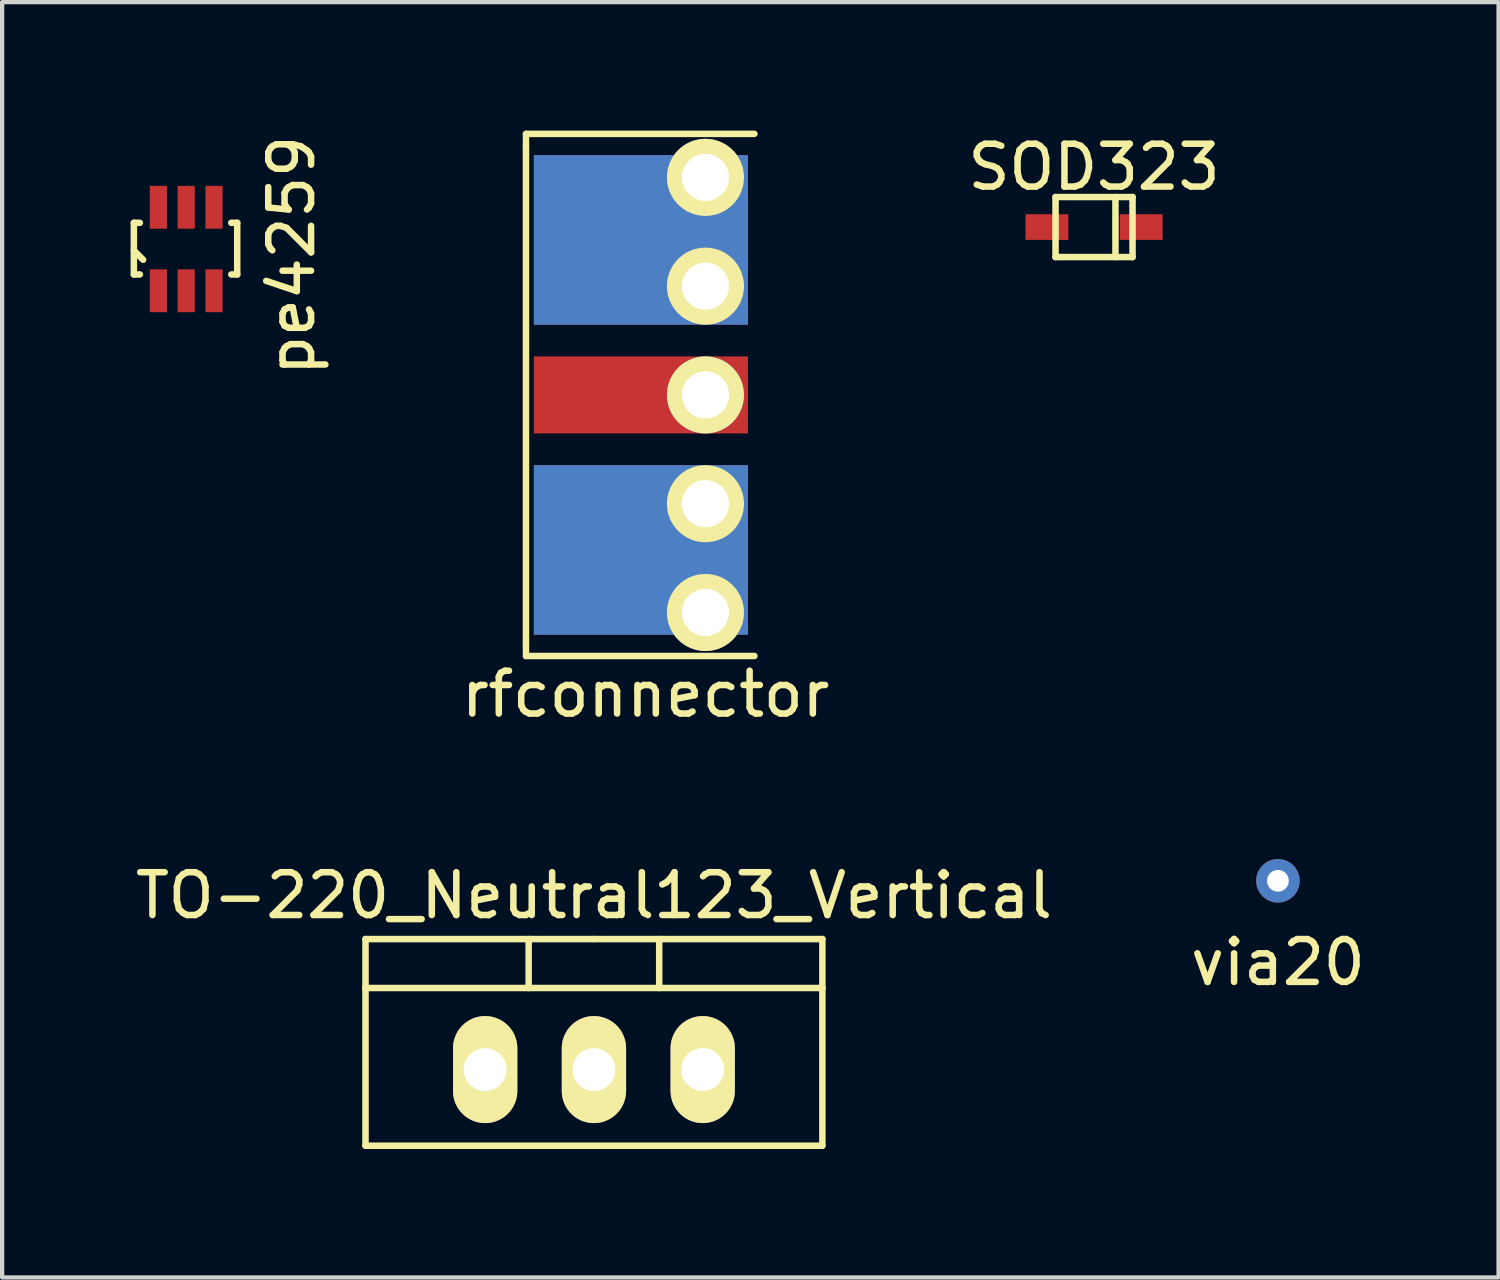
<source format=kicad_pcb>
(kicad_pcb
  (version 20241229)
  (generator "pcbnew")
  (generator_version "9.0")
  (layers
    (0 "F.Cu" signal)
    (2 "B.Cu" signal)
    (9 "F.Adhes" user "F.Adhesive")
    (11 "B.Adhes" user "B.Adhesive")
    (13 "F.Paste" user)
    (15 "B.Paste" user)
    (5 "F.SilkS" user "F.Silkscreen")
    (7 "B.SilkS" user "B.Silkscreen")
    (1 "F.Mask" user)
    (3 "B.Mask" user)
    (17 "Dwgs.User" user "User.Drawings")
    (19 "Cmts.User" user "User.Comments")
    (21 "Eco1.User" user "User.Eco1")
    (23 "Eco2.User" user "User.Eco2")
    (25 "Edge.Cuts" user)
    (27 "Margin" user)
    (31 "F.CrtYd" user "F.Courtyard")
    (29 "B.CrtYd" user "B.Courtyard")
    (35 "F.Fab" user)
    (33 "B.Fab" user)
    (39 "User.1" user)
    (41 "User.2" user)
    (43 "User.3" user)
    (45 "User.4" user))
  (footprint "TO-220_Neutral123_Vertical"
    (layer "F.Cu")
    (at 10.819 21.926)
    (property "Reference" "TO-220_Neutral123_Vertical" (at 0 -4.064 0) (layer "F.SilkS") (effects (font (size 1 1) (thickness 0.152))))
    (attr through_hole)
    (fp_line (start -5.334 -1.905) (end -5.334 -3.048) (stroke (width 0.152) (type solid)) (layer "F.SilkS"))
    (fp_line (start -5.334 1.778) (end -5.334 -1.905) (stroke (width 0.152) (type solid)) (layer "F.SilkS"))
    (fp_line (start -1.524 -3.048) (end -1.524 -1.905) (stroke (width 0.152) (type solid)) (layer "F.SilkS"))
    (fp_line (start 0 -3.048) (end -5.334 -3.048) (stroke (width 0.152) (type solid)) (layer "F.SilkS"))
    (fp_line (start 0 -3.048) (end 5.334 -3.048) (stroke (width 0.152) (type solid)) (layer "F.SilkS"))
    (fp_line (start 1.524 -3.048) (end 1.524 -1.905) (stroke (width 0.152) (type solid)) (layer "F.SilkS"))
    (fp_line (start 5.334 -3.048) (end 5.334 -1.905) (stroke (width 0.152) (type solid)) (layer "F.SilkS"))
    (fp_line (start 5.334 -1.905) (end -5.334 -1.905) (stroke (width 0.152) (type solid)) (layer "F.SilkS"))
    (fp_line (start 5.334 -1.905) (end 5.334 1.778) (stroke (width 0.152) (type solid)) (layer "F.SilkS"))
    (fp_line (start 5.334 1.778) (end -5.334 1.778) (stroke (width 0.152) (type solid)) (layer "F.SilkS"))
    (pad "1" thru_hole oval (at -2.54 0 90) (size 2.499 1.501) (drill 1.001) (layers "*.Cu" "*.Mask" "F.SilkS"))
    (pad "2" thru_hole oval (at 0 0 90) (size 2.499 1.501) (drill 1.001) (layers "*.Cu" "*.Mask" "F.SilkS"))
    (pad "3" thru_hole oval (at 2.54 0 90) (size 2.499 1.501) (drill 1.001) (layers "*.Cu" "*.Mask" "F.SilkS")))
  (footprint "SOD323"
    (layer "F.Cu")
    (at 22.497 2.252)
    (property "Reference" "SOD323" (at 0 -1.4 0) (layer "F.SilkS") (effects (font (size 1 1) (thickness 0.152))))
    (attr through_hole)
    (fp_line (start -0.899 -0.701) (end -0.899 0.701) (stroke (width 0.152) (type solid)) (layer "F.SilkS"))
    (fp_line (start -0.899 0.701) (end 0.899 0.701) (stroke (width 0.152) (type solid)) (layer "F.SilkS"))
    (fp_line (start 0.5 -0.701) (end 0.5 0.701) (stroke (width 0.152) (type solid)) (layer "F.SilkS"))
    (fp_line (start 0.899 -0.701) (end -0.899 -0.701) (stroke (width 0.152) (type solid)) (layer "F.SilkS"))
    (fp_line (start 0.899 0.701) (end 0.899 -0.701) (stroke (width 0.152) (type solid)) (layer "F.SilkS"))
    (pad "1" smd rect (at -1.1 0) (size 1.001 0.599) (layers "F.Cu" "F.Mask" "F.Paste"))
    (pad "2" smd rect (at 1.1 0) (size 1.001 0.599) (layers "F.Cu" "F.Mask" "F.Paste")))
  (footprint "via20"
    (layer "F.Cu")
    (at 26.791 17.518)
    (property "Reference" "via20" (at 0 1.905 0) (layer "F.SilkS") (effects (font (size 1 1) (thickness 0.152))))
    (attr through_hole)
    (pad "1" thru_hole circle (at 0 0) (size 1.016 1.016) (drill 0.508) (layers "*.Cu")))
  (footprint "pe4259"
    (layer "F.Cu")
    (at 0.648 3.74)
    (property "Reference" "pe4259" (at 3.111 -0.826 90) (layer "F.SilkS") (effects (font (size 1 1) (thickness 0.152))))
    (attr through_hole)
    (fp_line (start -0.572 -1.587) (end -0.432 -1.587) (stroke (width 0.152) (type solid)) (layer "F.SilkS"))
    (fp_line (start -0.572 -0.94) (end -0.356 -0.724) (stroke (width 0.152) (type solid)) (layer "F.SilkS"))
    (fp_line (start -0.572 -0.381) (end -0.572 -1.587) (stroke (width 0.152) (type solid)) (layer "F.SilkS"))
    (fp_line (start -0.572 -0.381) (end -0.432 -0.381) (stroke (width 0.152) (type solid)) (layer "F.SilkS"))
    (fp_line (start 1.702 -1.587) (end 1.841 -1.587) (stroke (width 0.152) (type solid)) (layer "F.SilkS"))
    (fp_line (start 1.702 -0.381) (end 1.841 -0.381) (stroke (width 0.152) (type solid)) (layer "F.SilkS"))
    (fp_line (start 1.841 -1.587) (end 1.841 -0.381) (stroke (width 0.152) (type solid)) (layer "F.SilkS"))
    (pad "1" smd rect (at 0 0) (size 0.4 1) (layers "F.Cu" "F.Mask" "F.Paste"))
    (pad "2" smd rect (at 0.65 0) (size 0.4 1) (layers "F.Cu" "F.Mask" "F.Paste"))
    (pad "3" smd rect (at 1.3 0) (size 0.4 1) (layers "F.Cu" "F.Mask" "F.Paste"))
    (pad "4" smd rect (at 1.3 -1.95) (size 0.4 1) (layers "F.Cu" "F.Mask" "F.Paste"))
    (pad "5" smd rect (at 0.65 -1.95) (size 0.4 1) (layers "F.Cu" "F.Mask" "F.Paste"))
    (pad "6" smd rect (at 0 -1.95) (size 0.4 1) (layers "F.Cu" "F.Mask" "F.Paste")))
  (footprint "rfconnector"
    (layer "F.Cu")
    (at 14.566 6.172)
    (property "Reference" "rfconnector" (at -2.54 6.985 0) (layer "F.SilkS") (effects (font (size 1 1) (thickness 0.152))))
    (attr through_hole)
    (fp_line (start -5.334 -6.096) (end 0 -6.096) (stroke (width 0.152) (type solid)) (layer "F.SilkS"))
    (fp_line (start -5.334 -5.842) (end -5.334 -6.096) (stroke (width 0.15) (type solid)) (layer "F.SilkS"))
    (fp_line (start -5.334 -5.842) (end -5.334 5.842) (stroke (width 0.152) (type solid)) (layer "F.SilkS"))
    (fp_line (start -5.334 5.842) (end -5.334 6.096) (stroke (width 0.15) (type solid)) (layer "F.SilkS"))
    (fp_line (start -5.334 6.096) (end 0 6.096) (stroke (width 0.152) (type solid)) (layer "F.SilkS"))
    (pad "1" smd rect (at -2.65 0) (size 5 1.8) (layers "F.Cu" "F.Mask" "F.Paste"))
    (pad "1" thru_hole circle (at -1.143 0) (size 1.8 1.8) (drill 1.1) (layers "*.Cu" "*.Mask" "F.SilkS"))
    (pad "2" smd rect (at -2.65 -3.62) (size 5 3.96) (layers "F.Cu" "F.Mask" "F.Paste"))
    (pad "2" smd rect (at -2.65 -3.62) (size 5 3.96) (layers "B.Cu" "B.Mask" "B.Paste"))
    (pad "2" smd rect (at -2.65 3.62) (size 5 3.96) (layers "F.Cu" "F.Mask" "F.Paste"))
    (pad "2" smd rect (at -2.65 3.62) (size 5 3.96) (layers "B.Cu" "B.Mask" "B.Paste"))
    (pad "2" thru_hole circle (at -1.143 -5.08) (size 1.8 1.8) (drill 1.1) (layers "*.Cu" "*.Mask" "F.SilkS"))
    (pad "2" thru_hole circle (at -1.143 -2.54) (size 1.8 1.8) (drill 1.1) (layers "*.Cu" "*.Mask" "F.SilkS"))
    (pad "2" thru_hole circle (at -1.143 2.54) (size 1.8 1.8) (drill 1.1) (layers "*.Cu" "*.Mask" "F.SilkS"))
    (pad "2" thru_hole circle (at -1.143 5.08) (size 1.8 1.8) (drill 1.1) (layers "*.Cu" "*.Mask" "F.SilkS")))
  (gr_rect
    (start -3 -3)
    (end 31.943 26.78)
    (stroke (width 0.1) (type default))
    (fill no)
    (layer "Edge.Cuts")))
</source>
